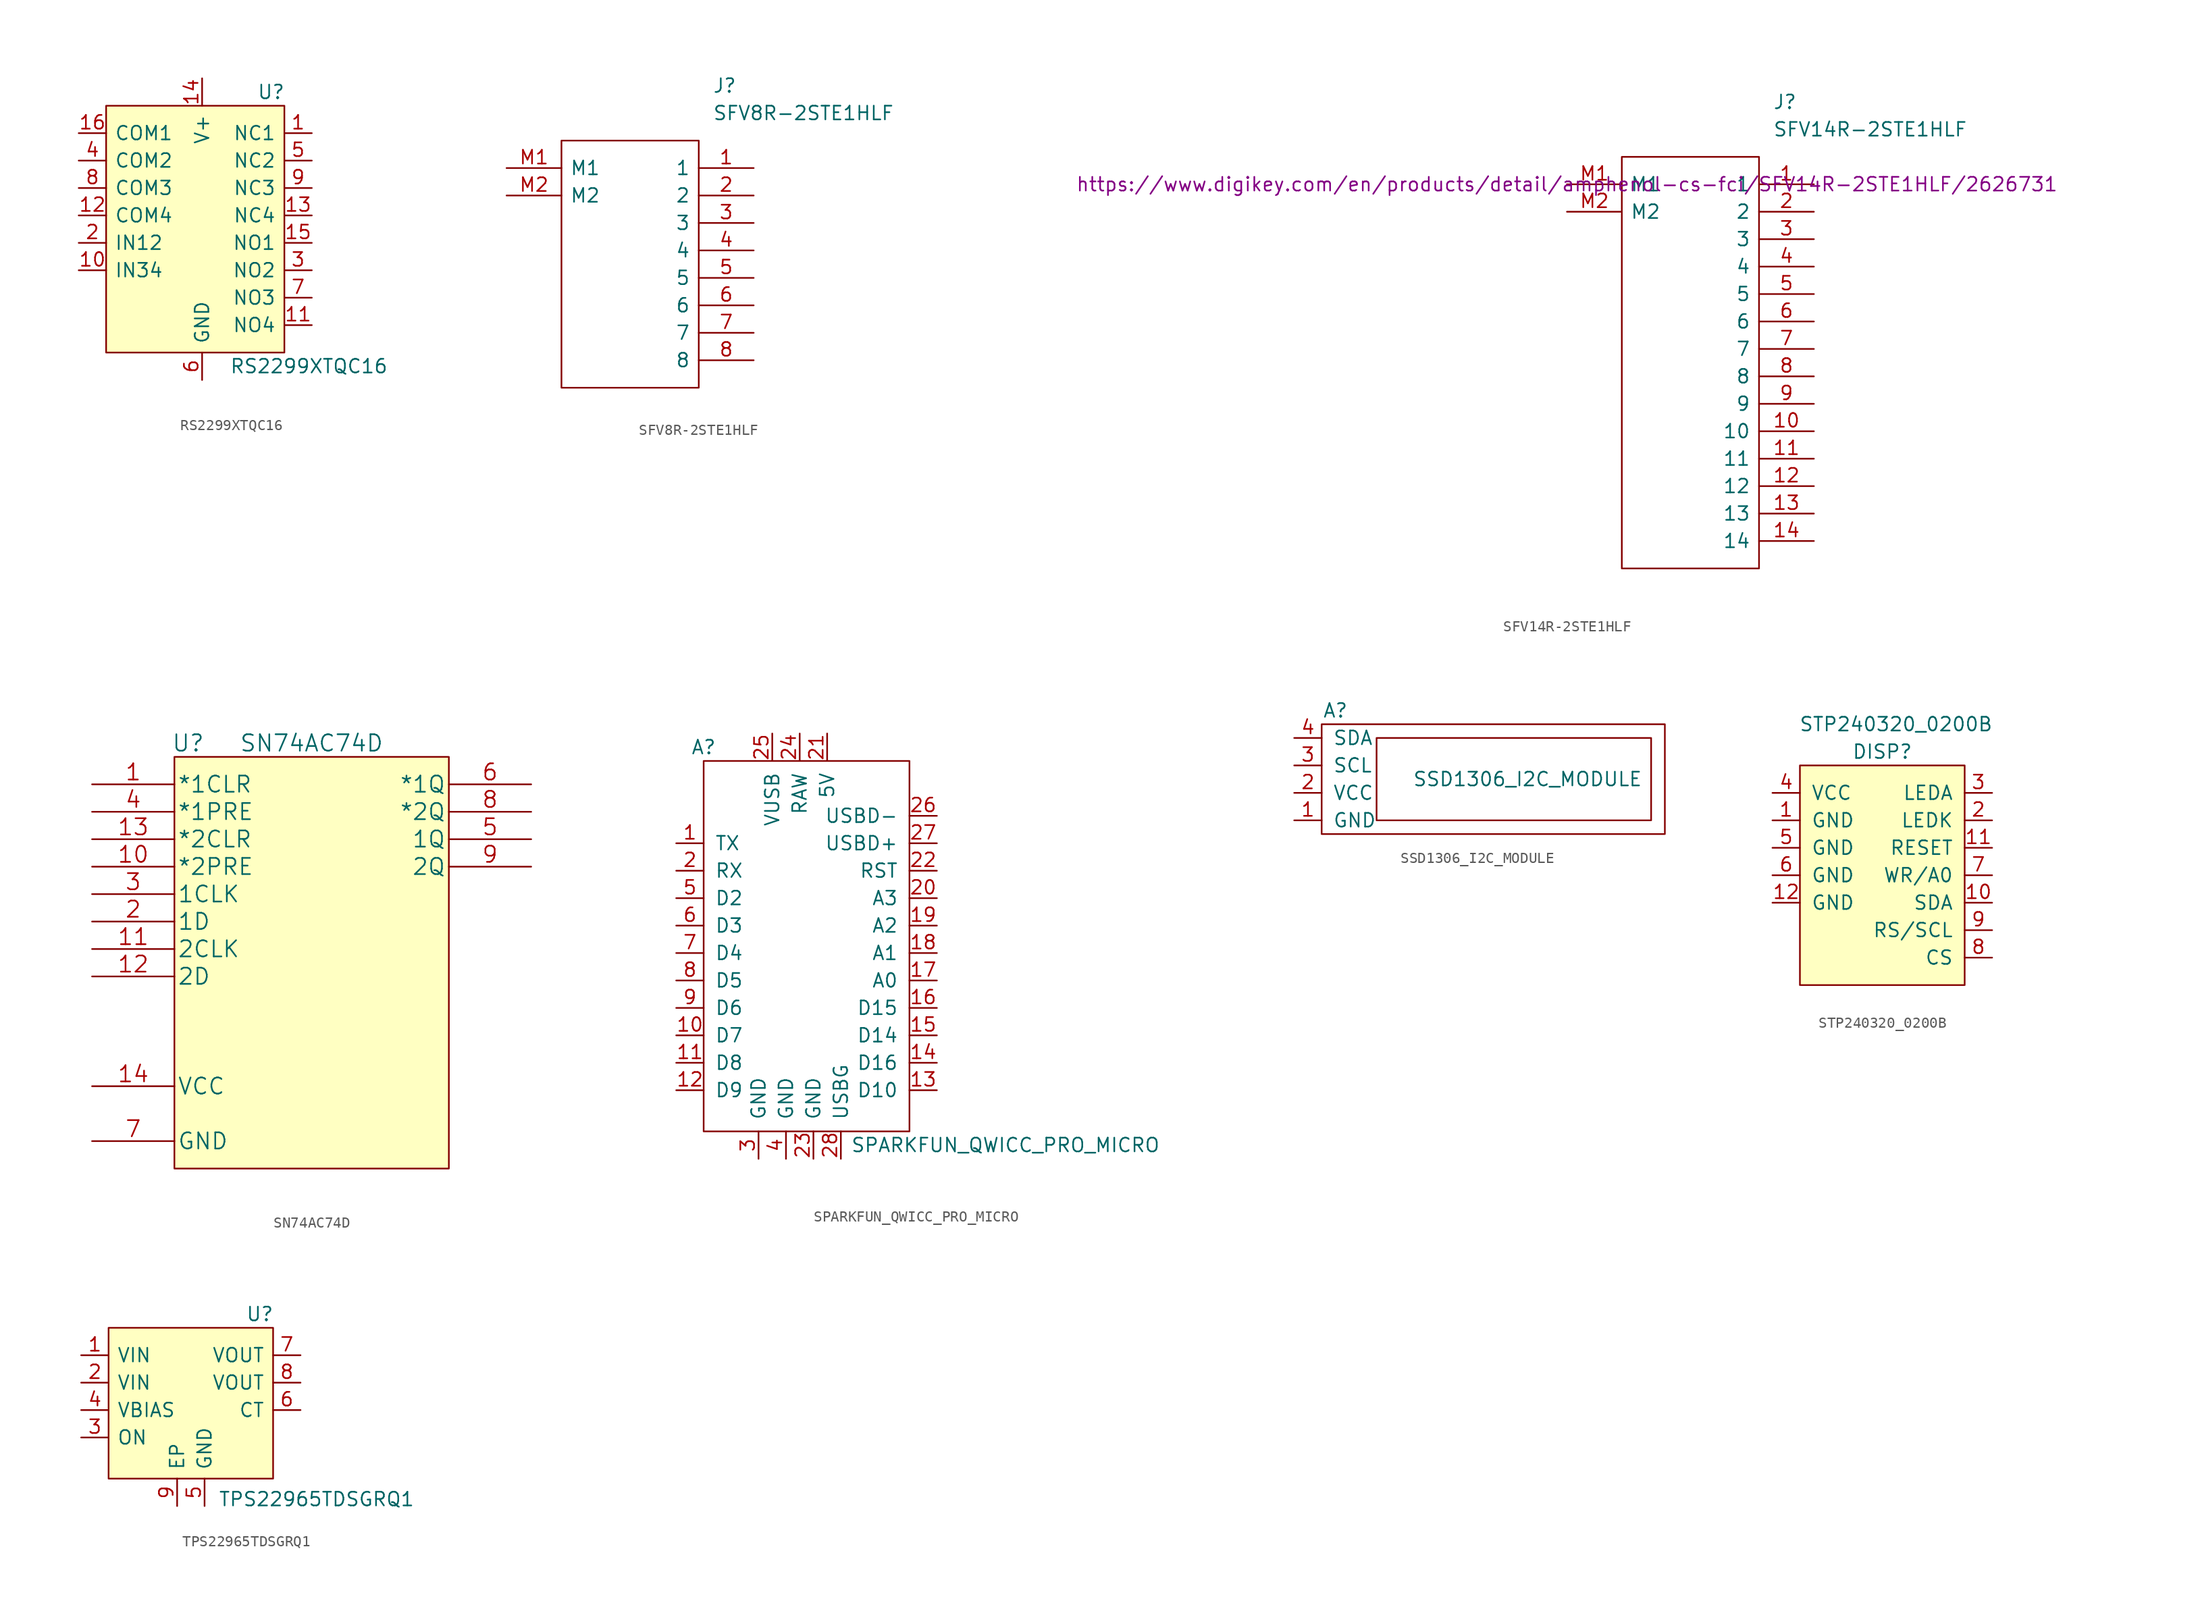
<source format=kicad_sym>
(kicad_symbol_lib
  (version 20211014)
  (generator kicad_symbol_editor)
  (symbol "RS2299XTQC16"
    (pin_names
      (offset 0.762))
    (property "Reference" "U"
      (at 5.08 1.27 0)
      (effects (font (size 1.27 1.27)) (justify left)))
    (property "Value" "RS2299XTQC16"
      (at 2.54 -24.13 0)
      (effects (font (size 1.27 1.27)) (justify left)))
    (symbol "RS2299XTQC16_0_0"
      (pin bidirectional line (at 10.16 -2.54 180) (length 2.54) (name "NC1" (effects (font (size 1.27 1.27)))) (number "1" (effects (font (size 1.27 1.27)))))
      (pin input line (at -11.43 -15.24 0) (length 2.54) (name "IN34" (effects (font (size 1.27 1.27)))) (number "10" (effects (font (size 1.27 1.27)))))
      (pin bidirectional line (at 10.16 -20.32 180) (length 2.54) (name "NO4" (effects (font (size 1.27 1.27)))) (number "11" (effects (font (size 1.27 1.27)))))
      (pin bidirectional line (at -11.43 -10.16 0) (length 2.54) (name "COM4" (effects (font (size 1.27 1.27)))) (number "12" (effects (font (size 1.27 1.27)))))
      (pin bidirectional line (at 10.16 -10.16 180) (length 2.54) (name "NC4" (effects (font (size 1.27 1.27)))) (number "13" (effects (font (size 1.27 1.27)))))
      (pin power_in line (at 0 2.54 270) (length 2.54) (name "V+" (effects (font (size 1.27 1.27)))) (number "14" (effects (font (size 1.27 1.27)))))
      (pin bidirectional line (at 10.16 -12.7 180) (length 2.54) (name "NO1" (effects (font (size 1.27 1.27)))) (number "15" (effects (font (size 1.27 1.27)))))
      (pin bidirectional line (at -11.43 -2.54 0) (length 2.54) (name "COM1" (effects (font (size 1.27 1.27)))) (number "16" (effects (font (size 1.27 1.27)))))
      (pin input line (at -11.43 -12.7 0) (length 2.54) (name "IN12" (effects (font (size 1.27 1.27)))) (number "2" (effects (font (size 1.27 1.27)))))
      (pin bidirectional line (at 10.16 -15.24 180) (length 2.54) (name "NO2" (effects (font (size 1.27 1.27)))) (number "3" (effects (font (size 1.27 1.27)))))
      (pin bidirectional line (at -11.43 -5.08 0) (length 2.54) (name "COM2" (effects (font (size 1.27 1.27)))) (number "4" (effects (font (size 1.27 1.27)))))
      (pin bidirectional line (at 10.16 -5.08 180) (length 2.54) (name "NC2" (effects (font (size 1.27 1.27)))) (number "5" (effects (font (size 1.27 1.27)))))
      (pin power_in line (at 0 -25.4 90) (length 2.54) (name "GND" (effects (font (size 1.27 1.27)))) (number "6" (effects (font (size 1.27 1.27)))))
      (pin bidirectional line (at 10.16 -17.78 180) (length 2.54) (name "NO3" (effects (font (size 1.27 1.27)))) (number "7" (effects (font (size 1.27 1.27)))))
      (pin bidirectional line (at -11.43 -7.62 0) (length 2.54) (name "COM3" (effects (font (size 1.27 1.27)))) (number "8" (effects (font (size 1.27 1.27)))))
      (pin bidirectional line (at 10.16 -7.62 180) (length 2.54) (name "NC3" (effects (font (size 1.27 1.27)))) (number "9" (effects (font (size 1.27 1.27))))))
    (symbol "RS2299XTQC16_0_1"
      (rectangle (start -8.89 0) (end 7.62 -22.86) (stroke (width 0) (type default) (color 0 0 0 0)) (fill (type background)))))
  (symbol "SFV8R-2STE1HLF"
    (pin_names
      (offset 0.762))
    (property "Reference" "J"
      (at 19.05 7.62 0)
      (effects (font (size 1.27 1.27)) (justify left)))
    (property "Value" "SFV8R-2STE1HLF"
      (at 19.05 5.08 0)
      (effects (font (size 1.27 1.27)) (justify left)))
    (symbol "SFV8R-2STE1HLF_0_0"
      (pin passive line (at 22.86 0 180) (length 5.08) (name "1" (effects (font (size 1.27 1.27)))) (number "1" (effects (font (size 1.27 1.27)))))
      (pin passive line (at 22.86 -2.54 180) (length 5.08) (name "2" (effects (font (size 1.27 1.27)))) (number "2" (effects (font (size 1.27 1.27)))))
      (pin passive line (at 22.86 -5.08 180) (length 5.08) (name "3" (effects (font (size 1.27 1.27)))) (number "3" (effects (font (size 1.27 1.27)))))
      (pin passive line (at 22.86 -7.62 180) (length 5.08) (name "4" (effects (font (size 1.27 1.27)))) (number "4" (effects (font (size 1.27 1.27)))))
      (pin passive line (at 22.86 -10.16 180) (length 5.08) (name "5" (effects (font (size 1.27 1.27)))) (number "5" (effects (font (size 1.27 1.27)))))
      (pin passive line (at 22.86 -12.7 180) (length 5.08) (name "6" (effects (font (size 1.27 1.27)))) (number "6" (effects (font (size 1.27 1.27)))))
      (pin passive line (at 22.86 -15.24 180) (length 5.08) (name "7" (effects (font (size 1.27 1.27)))) (number "7" (effects (font (size 1.27 1.27)))))
      (pin passive line (at 22.86 -17.78 180) (length 5.08) (name "8" (effects (font (size 1.27 1.27)))) (number "8" (effects (font (size 1.27 1.27)))))
      (pin passive line (at 0 0 0) (length 5.08) (name "M1" (effects (font (size 1.27 1.27)))) (number "M1" (effects (font (size 1.27 1.27)))))
      (pin passive line (at 0 -2.54 0) (length 5.08) (name "M2" (effects (font (size 1.27 1.27)))) (number "M2" (effects (font (size 1.27 1.27))))))
    (symbol "SFV8R-2STE1HLF_0_1"
      (polyline (pts (xy 5.08 2.54) (xy 17.78 2.54) (xy 17.78 -20.32) (xy 5.08 -20.32) (xy 5.08 2.54)) (stroke (width 0.152) (type default) (color 0 0 0 0)) (fill (type none)))))
  (symbol "SFV14R-2STE1HLF"
    (pin_names
      (offset 0.762))
    (property "Reference" "J"
      (at 19.05 7.62 0)
      (effects (font (size 1.27 1.27)) (justify left)))
    (property "Value" "SFV14R-2STE1HLF"
      (at 19.05 5.08 0)
      (effects (font (size 1.27 1.27)) (justify left)))
    (property "Digikey Price/Stock" "https://www.digikey.com/en/products/detail/amphenol-cs-fci/SFV14R-2STE1HLF/2626731"
      (at 0 0 0)
      (effects (font (size 1.27 1.27))))
    (symbol "SFV14R-2STE1HLF_0_0"
      (pin passive line (at 22.86 0 180) (length 5.08) (name "1" (effects (font (size 1.27 1.27)))) (number "1" (effects (font (size 1.27 1.27)))))
      (pin passive line (at 22.86 -22.86 180) (length 5.08) (name "10" (effects (font (size 1.27 1.27)))) (number "10" (effects (font (size 1.27 1.27)))))
      (pin passive line (at 22.86 -25.4 180) (length 5.08) (name "11" (effects (font (size 1.27 1.27)))) (number "11" (effects (font (size 1.27 1.27)))))
      (pin passive line (at 22.86 -27.94 180) (length 5.08) (name "12" (effects (font (size 1.27 1.27)))) (number "12" (effects (font (size 1.27 1.27)))))
      (pin passive line (at 22.86 -30.48 180) (length 5.08) (name "13" (effects (font (size 1.27 1.27)))) (number "13" (effects (font (size 1.27 1.27)))))
      (pin passive line (at 22.86 -33.02 180) (length 5.08) (name "14" (effects (font (size 1.27 1.27)))) (number "14" (effects (font (size 1.27 1.27)))))
      (pin passive line (at 22.86 -2.54 180) (length 5.08) (name "2" (effects (font (size 1.27 1.27)))) (number "2" (effects (font (size 1.27 1.27)))))
      (pin passive line (at 22.86 -5.08 180) (length 5.08) (name "3" (effects (font (size 1.27 1.27)))) (number "3" (effects (font (size 1.27 1.27)))))
      (pin passive line (at 22.86 -7.62 180) (length 5.08) (name "4" (effects (font (size 1.27 1.27)))) (number "4" (effects (font (size 1.27 1.27)))))
      (pin passive line (at 22.86 -10.16 180) (length 5.08) (name "5" (effects (font (size 1.27 1.27)))) (number "5" (effects (font (size 1.27 1.27)))))
      (pin passive line (at 22.86 -12.7 180) (length 5.08) (name "6" (effects (font (size 1.27 1.27)))) (number "6" (effects (font (size 1.27 1.27)))))
      (pin passive line (at 22.86 -15.24 180) (length 5.08) (name "7" (effects (font (size 1.27 1.27)))) (number "7" (effects (font (size 1.27 1.27)))))
      (pin passive line (at 22.86 -17.78 180) (length 5.08) (name "8" (effects (font (size 1.27 1.27)))) (number "8" (effects (font (size 1.27 1.27)))))
      (pin passive line (at 22.86 -20.32 180) (length 5.08) (name "9" (effects (font (size 1.27 1.27)))) (number "9" (effects (font (size 1.27 1.27)))))
      (pin passive line (at 0 0 0) (length 5.08) (name "M1" (effects (font (size 1.27 1.27)))) (number "M1" (effects (font (size 1.27 1.27)))))
      (pin passive line (at 0 -2.54 0) (length 5.08) (name "M2" (effects (font (size 1.27 1.27)))) (number "M2" (effects (font (size 1.27 1.27))))))
    (symbol "SFV14R-2STE1HLF_0_1"
      (rectangle (start 17.78 -35.56) (end 5.08 2.54) (stroke (width 0) (type default) (color 0 0 0 0)) (fill (type none)))))
  (symbol "SN74AC74D"
    (pin_names
      (offset 0.254))
    (property "Reference" "U"
      (at 8.89 3.81 0)
      (effects (font (size 1.524 1.524))))
    (property "Value" "SN74AC74D"
      (at 20.32 3.81 0)
      (effects (font (size 1.524 1.524))))
    (property "Datasheet" ""
      (at 0 0 0)
      (effects (font (size 1.524 1.524))))
    (property "ki_locked" ""
      (at 0 0 0)
      (effects (font (size 1.27 1.27))))
    (symbol "SN74AC74D_1_1"
      (rectangle (start 7.62 2.54) (end 33.02 -35.56) (stroke (width 0) (type default) (color 0 0 0 0)) (fill (type background)))
      (pin input line (at 0 0 0) (length 7.62) (name "*1CLR" (effects (font (size 1.499 1.499)))) (number "1" (effects (font (size 1.499 1.499)))))
      (pin input line (at 0 -7.62 0) (length 7.62) (name "*2PRE" (effects (font (size 1.499 1.499)))) (number "10" (effects (font (size 1.499 1.499)))))
      (pin input line (at 0 -15.24 0) (length 7.62) (name "2CLK" (effects (font (size 1.499 1.499)))) (number "11" (effects (font (size 1.499 1.499)))))
      (pin input line (at 0 -17.78 0) (length 7.62) (name "2D" (effects (font (size 1.499 1.499)))) (number "12" (effects (font (size 1.499 1.499)))))
      (pin input line (at 0 -5.08 0) (length 7.62) (name "*2CLR" (effects (font (size 1.499 1.499)))) (number "13" (effects (font (size 1.499 1.499)))))
      (pin power_in line (at 0 -27.94 0) (length 7.62) (name "VCC" (effects (font (size 1.499 1.499)))) (number "14" (effects (font (size 1.499 1.499)))))
      (pin input line (at 0 -12.7 0) (length 7.62) (name "1D" (effects (font (size 1.499 1.499)))) (number "2" (effects (font (size 1.499 1.499)))))
      (pin input line (at 0 -10.16 0) (length 7.62) (name "1CLK" (effects (font (size 1.499 1.499)))) (number "3" (effects (font (size 1.499 1.499)))))
      (pin input line (at 0 -2.54 0) (length 7.62) (name "*1PRE" (effects (font (size 1.499 1.499)))) (number "4" (effects (font (size 1.499 1.499)))))
      (pin output line (at 40.64 -5.08 180) (length 7.62) (name "1Q" (effects (font (size 1.499 1.499)))) (number "5" (effects (font (size 1.499 1.499)))))
      (pin output line (at 40.64 0 180) (length 7.62) (name "*1Q" (effects (font (size 1.499 1.499)))) (number "6" (effects (font (size 1.499 1.499)))))
      (pin power_in line (at 0 -33.02 0) (length 7.62) (name "GND" (effects (font (size 1.499 1.499)))) (number "7" (effects (font (size 1.499 1.499)))))
      (pin output line (at 40.64 -2.54 180) (length 7.62) (name "*2Q" (effects (font (size 1.499 1.499)))) (number "8" (effects (font (size 1.499 1.499)))))
      (pin output line (at 40.64 -7.62 180) (length 7.62) (name "2Q" (effects (font (size 1.499 1.499)))) (number "9" (effects (font (size 1.499 1.499)))))))
  (symbol "SPARKFUN_QWICC_PRO_MICRO"
    (pin_names
      (offset 1.016))
    (property "Reference" "A"
      (at -8.89 1.27 0)
      (effects (font (size 1.27 1.27))))
    (property "Value" "SPARKFUN_QWICC_PRO_MICRO"
      (at 19.05 -35.56 0)
      (effects (font (size 1.27 1.27))))
    (symbol "SPARKFUN_QWICC_PRO_MICRO_0_1"
      (rectangle (start 10.16 0) (end -8.89 -34.29) (stroke (width 0) (type default) (color 0 0 0 0)) (fill (type none))))
    (symbol "SPARKFUN_QWICC_PRO_MICRO_1_1"
      (pin input line (at -11.43 -7.62 0) (length 2.54) (name "TX" (effects (font (size 1.27 1.27)))) (number "1" (effects (font (size 1.27 1.27)))))
      (pin input line (at -11.43 -25.4 0) (length 2.54) (name "D7" (effects (font (size 1.27 1.27)))) (number "10" (effects (font (size 1.27 1.27)))))
      (pin input line (at -11.43 -27.94 0) (length 2.54) (name "D8" (effects (font (size 1.27 1.27)))) (number "11" (effects (font (size 1.27 1.27)))))
      (pin input line (at -11.43 -30.48 0) (length 2.54) (name "D9" (effects (font (size 1.27 1.27)))) (number "12" (effects (font (size 1.27 1.27)))))
      (pin input line (at 12.7 -30.48 180) (length 2.54) (name "D10" (effects (font (size 1.27 1.27)))) (number "13" (effects (font (size 1.27 1.27)))))
      (pin input line (at 12.7 -27.94 180) (length 2.54) (name "D16" (effects (font (size 1.27 1.27)))) (number "14" (effects (font (size 1.27 1.27)))))
      (pin input line (at 12.7 -25.4 180) (length 2.54) (name "D14" (effects (font (size 1.27 1.27)))) (number "15" (effects (font (size 1.27 1.27)))))
      (pin input line (at 12.7 -22.86 180) (length 2.54) (name "D15" (effects (font (size 1.27 1.27)))) (number "16" (effects (font (size 1.27 1.27)))))
      (pin input line (at 12.7 -20.32 180) (length 2.54) (name "A0" (effects (font (size 1.27 1.27)))) (number "17" (effects (font (size 1.27 1.27)))))
      (pin input line (at 12.7 -17.78 180) (length 2.54) (name "A1" (effects (font (size 1.27 1.27)))) (number "18" (effects (font (size 1.27 1.27)))))
      (pin input line (at 12.7 -15.24 180) (length 2.54) (name "A2" (effects (font (size 1.27 1.27)))) (number "19" (effects (font (size 1.27 1.27)))))
      (pin input line (at -11.43 -10.16 0) (length 2.54) (name "RX" (effects (font (size 1.27 1.27)))) (number "2" (effects (font (size 1.27 1.27)))))
      (pin input line (at 12.7 -12.7 180) (length 2.54) (name "A3" (effects (font (size 1.27 1.27)))) (number "20" (effects (font (size 1.27 1.27)))))
      (pin input line (at 2.54 2.54 270) (length 2.54) (name "5V" (effects (font (size 1.27 1.27)))) (number "21" (effects (font (size 1.27 1.27)))))
      (pin input line (at 12.7 -10.16 180) (length 2.54) (name "RST" (effects (font (size 1.27 1.27)))) (number "22" (effects (font (size 1.27 1.27)))))
      (pin input line (at 1.27 -36.83 90) (length 2.54) (name "GND" (effects (font (size 1.27 1.27)))) (number "23" (effects (font (size 1.27 1.27)))))
      (pin input line (at 0 2.54 270) (length 2.54) (name "RAW" (effects (font (size 1.27 1.27)))) (number "24" (effects (font (size 1.27 1.27)))))
      (pin input line (at -2.54 2.54 270) (length 2.54) (name "VUSB" (effects (font (size 1.27 1.27)))) (number "25" (effects (font (size 1.27 1.27)))))
      (pin input line (at 12.7 -5.08 180) (length 2.54) (name "USBD-" (effects (font (size 1.27 1.27)))) (number "26" (effects (font (size 1.27 1.27)))))
      (pin input line (at 12.7 -7.62 180) (length 2.54) (name "USBD+" (effects (font (size 1.27 1.27)))) (number "27" (effects (font (size 1.27 1.27)))))
      (pin input line (at 3.81 -36.83 90) (length 2.54) (name "USBG" (effects (font (size 1.27 1.27)))) (number "28" (effects (font (size 1.27 1.27)))))
      (pin input line (at -3.81 -36.83 90) (length 2.54) (name "GND" (effects (font (size 1.27 1.27)))) (number "3" (effects (font (size 1.27 1.27)))))
      (pin input line (at -1.27 -36.83 90) (length 2.54) (name "GND" (effects (font (size 1.27 1.27)))) (number "4" (effects (font (size 1.27 1.27)))))
      (pin input line (at -11.43 -12.7 0) (length 2.54) (name "D2" (effects (font (size 1.27 1.27)))) (number "5" (effects (font (size 1.27 1.27)))))
      (pin input line (at -11.43 -15.24 0) (length 2.54) (name "D3" (effects (font (size 1.27 1.27)))) (number "6" (effects (font (size 1.27 1.27)))))
      (pin input line (at -11.43 -17.78 0) (length 2.54) (name "D4" (effects (font (size 1.27 1.27)))) (number "7" (effects (font (size 1.27 1.27)))))
      (pin input line (at -11.43 -20.32 0) (length 2.54) (name "D5" (effects (font (size 1.27 1.27)))) (number "8" (effects (font (size 1.27 1.27)))))
      (pin input line (at -11.43 -22.86 0) (length 2.54) (name "D6" (effects (font (size 1.27 1.27)))) (number "9" (effects (font (size 1.27 1.27)))))))
  (symbol "SSD1306_I2C_MODULE"
    (pin_names
      (offset 1.016))
    (property "Reference" "A"
      (at 1.27 11.43 0)
      (effects (font (size 1.27 1.27))))
    (property "Value" "SSD1306_I2C_MODULE"
      (at 19.05 5.08 0)
      (effects (font (size 1.27 1.27))))
    (symbol "SSD1306_I2C_MODULE_0_1"
      (rectangle (start 0 10.16) (end 31.75 0) (stroke (width 0) (type default) (color 0 0 0 0)) (fill (type none)))
      (rectangle (start 5.08 8.89) (end 30.48 1.27) (stroke (width 0) (type default) (color 0 0 0 0)) (fill (type none))))
    (symbol "SSD1306_I2C_MODULE_1_1"
      (pin input line (at -2.54 1.27 0) (length 2.54) (name "GND" (effects (font (size 1.27 1.27)))) (number "1" (effects (font (size 1.27 1.27)))))
      (pin input line (at -2.54 3.81 0) (length 2.54) (name "VCC" (effects (font (size 1.27 1.27)))) (number "2" (effects (font (size 1.27 1.27)))))
      (pin input line (at -2.54 6.35 0) (length 2.54) (name "SCL" (effects (font (size 1.27 1.27)))) (number "3" (effects (font (size 1.27 1.27)))))
      (pin input line (at -2.54 8.89 0) (length 2.54) (name "SDA" (effects (font (size 1.27 1.27)))) (number "4" (effects (font (size 1.27 1.27)))))))
  (symbol "STP240320_0200B"
    (pin_names
      (offset 1.016))
    (property "Reference" "DISP"
      (at 0 1.27 0)
      (effects (font (size 1.27 1.27))))
    (property "Value" "STP240320_0200B"
      (at 1.27 3.81 0)
      (effects (font (size 1.27 1.27))))
    (symbol "STP240320_0200B_0_1"
      (rectangle (start -7.62 0) (end 7.62 -20.32) (stroke (width 0) (type default) (color 0 0 0 0)) (fill (type background))))
    (symbol "STP240320_0200B_1_1"
      (pin input line (at -10.16 -5.08 0) (length 2.54) (name "GND" (effects (font (size 1.27 1.27)))) (number "1" (effects (font (size 1.27 1.27)))))
      (pin input line (at 10.16 -12.7 180) (length 2.54) (name "SDA" (effects (font (size 1.27 1.27)))) (number "10" (effects (font (size 1.27 1.27)))))
      (pin input line (at 10.16 -7.62 180) (length 2.54) (name "RESET" (effects (font (size 1.27 1.27)))) (number "11" (effects (font (size 1.27 1.27)))))
      (pin input line (at -10.16 -12.7 0) (length 2.54) (name "GND" (effects (font (size 1.27 1.27)))) (number "12" (effects (font (size 1.27 1.27)))))
      (pin input line (at 10.16 -5.08 180) (length 2.54) (name "LEDK" (effects (font (size 1.27 1.27)))) (number "2" (effects (font (size 1.27 1.27)))))
      (pin input line (at 10.16 -2.54 180) (length 2.54) (name "LEDA" (effects (font (size 1.27 1.27)))) (number "3" (effects (font (size 1.27 1.27)))))
      (pin input line (at -10.16 -2.54 0) (length 2.54) (name "VCC" (effects (font (size 1.27 1.27)))) (number "4" (effects (font (size 1.27 1.27)))))
      (pin input line (at -10.16 -7.62 0) (length 2.54) (name "GND" (effects (font (size 1.27 1.27)))) (number "5" (effects (font (size 1.27 1.27)))))
      (pin input line (at -10.16 -10.16 0) (length 2.54) (name "GND" (effects (font (size 1.27 1.27)))) (number "6" (effects (font (size 1.27 1.27)))))
      (pin input line (at 10.16 -10.16 180) (length 2.54) (name "WR/A0" (effects (font (size 1.27 1.27)))) (number "7" (effects (font (size 1.27 1.27)))))
      (pin input line (at 10.16 -17.78 180) (length 2.54) (name "CS" (effects (font (size 1.27 1.27)))) (number "8" (effects (font (size 1.27 1.27)))))
      (pin input line (at 10.16 -15.24 180) (length 2.54) (name "RS/SCL" (effects (font (size 1.27 1.27)))) (number "9" (effects (font (size 1.27 1.27)))))))
  (symbol "TPS22965TDSGRQ1"
    (pin_names
      (offset 0.762))
    (property "Reference" "U"
      (at 5.08 1.27 0)
      (effects (font (size 1.27 1.27)) (justify left)))
    (property "Value" "TPS22965TDSGRQ1"
      (at 2.54 -15.875 0)
      (effects (font (size 1.27 1.27)) (justify left)))
    (symbol "TPS22965TDSGRQ1_0_0"
      (pin power_in line (at -10.16 -2.54 0) (length 2.54) (name "VIN" (effects (font (size 1.27 1.27)))) (number "1" (effects (font (size 1.27 1.27)))))
      (pin power_in line (at -10.16 -5.08 0) (length 2.54) (name "VIN" (effects (font (size 1.27 1.27)))) (number "2" (effects (font (size 1.27 1.27)))))
      (pin input line (at -10.16 -10.16 0) (length 2.54) (name "ON" (effects (font (size 1.27 1.27)))) (number "3" (effects (font (size 1.27 1.27)))))
      (pin input line (at -10.16 -7.62 0) (length 2.54) (name "VBIAS" (effects (font (size 1.27 1.27)))) (number "4" (effects (font (size 1.27 1.27)))))
      (pin power_in line (at 1.27 -16.51 90) (length 2.54) (name "GND" (effects (font (size 1.27 1.27)))) (number "5" (effects (font (size 1.27 1.27)))))
      (pin output line (at 10.16 -7.62 180) (length 2.54) (name "CT" (effects (font (size 1.27 1.27)))) (number "6" (effects (font (size 1.27 1.27)))))
      (pin power_out line (at 10.16 -2.54 180) (length 2.54) (name "VOUT" (effects (font (size 1.27 1.27)))) (number "7" (effects (font (size 1.27 1.27)))))
      (pin power_out line (at 10.16 -5.08 180) (length 2.54) (name "VOUT" (effects (font (size 1.27 1.27)))) (number "8" (effects (font (size 1.27 1.27)))))
      (pin passive line (at -1.27 -16.51 90) (length 2.54) (name "EP" (effects (font (size 1.27 1.27)))) (number "9" (effects (font (size 1.27 1.27))))))
    (symbol "TPS22965TDSGRQ1_0_1"
      (rectangle (start -7.62 0) (end 7.62 -13.97) (stroke (width 0) (type default) (color 0 0 0 0)) (fill (type background))))))
</source>
